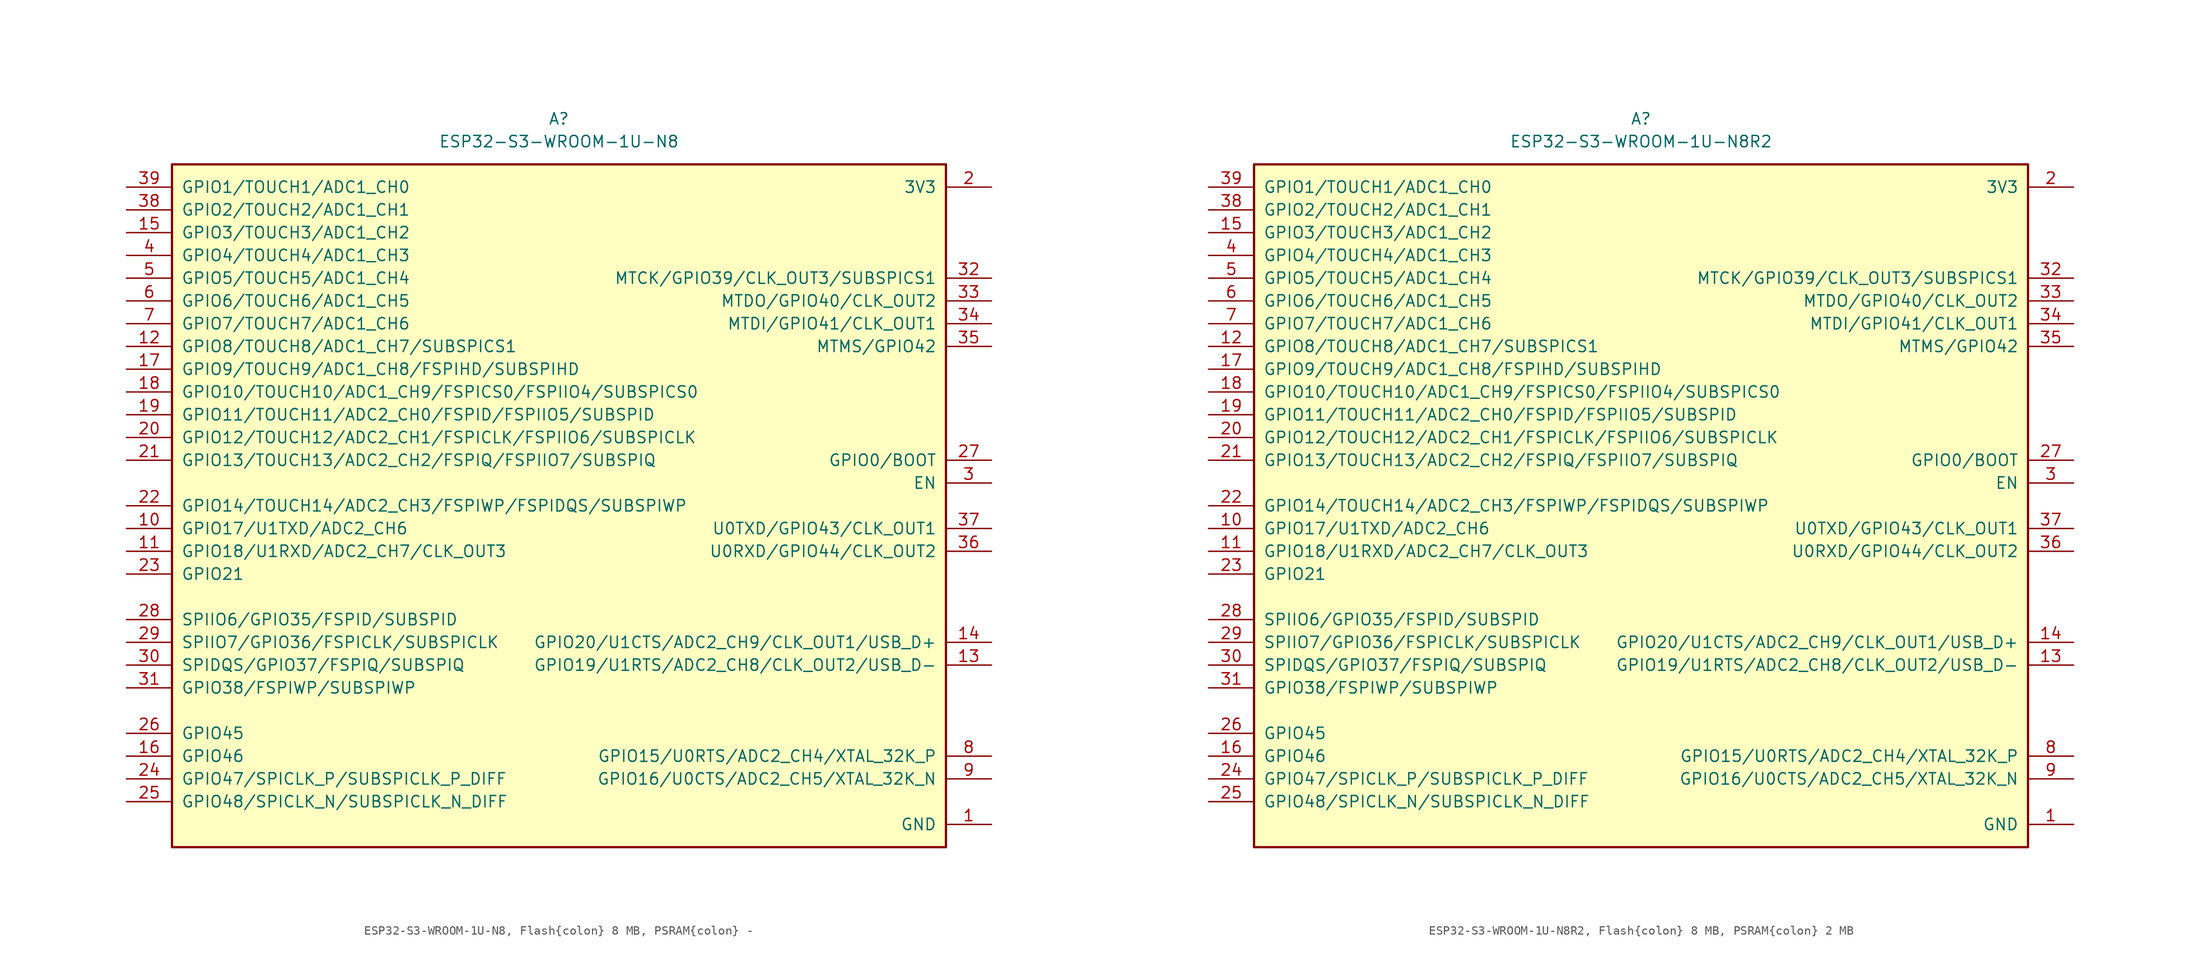
<source format=kicad_sym>
(kicad_symbol_lib
  (version 20241209)
  (generator "kicad_symbol_editor")
  (generator_version "9.0")
  (symbol "ESP32-S3-WROOM-1U-N8, Flash{colon} 8 MB, PSRAM{colon} -"
    (pin_names
      (offset 1.016))
    (property "Reference" "A"
      (at 0 43.18 0)
      (effects (font (size 1.27 1.27))))
    (property "Value" "ESP32-S3-WROOM-1U-N8"
      (at 0 40.64 0)
      (effects (font (size 1.27 1.27))))
    (symbol "ESP32-S3-WROOM-1U-N8, Flash{colon} 8 MB, PSRAM{colon} -_0_0"
      (pin bidirectional line (at -48.26 35.56 0) (length 5.08) (name "GPIO1/TOUCH1/ADC1_CH0" (effects (font (size 1.27 1.27)))) (number "39" (effects (font (size 1.27 1.27)))))
      (pin bidirectional line (at -48.26 33.02 0) (length 5.08) (name "GPIO2/TOUCH2/ADC1_CH1" (effects (font (size 1.27 1.27)))) (number "38" (effects (font (size 1.27 1.27)))))
      (pin bidirectional line (at -48.26 30.48 0) (length 5.08) (name "GPIO3/TOUCH3/ADC1_CH2" (effects (font (size 1.27 1.27)))) (number "15" (effects (font (size 1.27 1.27)))))
      (pin bidirectional line (at -48.26 27.94 0) (length 5.08) (name "GPIO4/TOUCH4/ADC1_CH3" (effects (font (size 1.27 1.27)))) (number "4" (effects (font (size 1.27 1.27)))))
      (pin bidirectional line (at -48.26 25.4 0) (length 5.08) (name "GPIO5/TOUCH5/ADC1_CH4" (effects (font (size 1.27 1.27)))) (number "5" (effects (font (size 1.27 1.27)))))
      (pin bidirectional line (at -48.26 22.86 0) (length 5.08) (name "GPIO6/TOUCH6/ADC1_CH5" (effects (font (size 1.27 1.27)))) (number "6" (effects (font (size 1.27 1.27)))))
      (pin bidirectional line (at -48.26 20.32 0) (length 5.08) (name "GPIO7/TOUCH7/ADC1_CH6" (effects (font (size 1.27 1.27)))) (number "7" (effects (font (size 1.27 1.27)))))
      (pin bidirectional line (at -48.26 17.78 0) (length 5.08) (name "GPIO8/TOUCH8/ADC1_CH7/SUBSPICS1" (effects (font (size 1.27 1.27)))) (number "12" (effects (font (size 1.27 1.27)))))
      (pin bidirectional line (at -48.26 15.24 0) (length 5.08) (name "GPIO9/TOUCH9/ADC1_CH8/FSPIHD/SUBSPIHD" (effects (font (size 1.27 1.27)))) (number "17" (effects (font (size 1.27 1.27)))))
      (pin bidirectional line (at -48.26 12.7 0) (length 5.08) (name "GPIO10/TOUCH10/ADC1_CH9/FSPICS0/FSPIIO4/SUBSPICS0" (effects (font (size 1.27 1.27)))) (number "18" (effects (font (size 1.27 1.27)))))
      (pin bidirectional line (at -48.26 10.16 0) (length 5.08) (name "GPIO11/TOUCH11/ADC2_CH0/FSPID/FSPIIO5/SUBSPID" (effects (font (size 1.27 1.27)))) (number "19" (effects (font (size 1.27 1.27)))))
      (pin bidirectional line (at -48.26 7.62 0) (length 5.08) (name "GPIO12/TOUCH12/ADC2_CH1/FSPICLK/FSPIIO6/SUBSPICLK" (effects (font (size 1.27 1.27)))) (number "20" (effects (font (size 1.27 1.27)))))
      (pin bidirectional line (at -48.26 5.08 0) (length 5.08) (name "GPIO13/TOUCH13/ADC2_CH2/FSPIQ/FSPIIO7/SUBSPIQ" (effects (font (size 1.27 1.27)))) (number "21" (effects (font (size 1.27 1.27)))))
      (pin bidirectional line (at -48.26 0 0) (length 5.08) (name "GPIO14/TOUCH14/ADC2_CH3/FSPIWP/FSPIDQS/SUBSPIWP" (effects (font (size 1.27 1.27)))) (number "22" (effects (font (size 1.27 1.27)))))
      (pin bidirectional line (at -48.26 -2.54 0) (length 5.08) (name "GPIO17/U1TXD/ADC2_CH6" (effects (font (size 1.27 1.27)))) (number "10" (effects (font (size 1.27 1.27)))))
      (pin bidirectional line (at -48.26 -5.08 0) (length 5.08) (name "GPIO18/U1RXD/ADC2_CH7/CLK_OUT3" (effects (font (size 1.27 1.27)))) (number "11" (effects (font (size 1.27 1.27)))))
      (pin bidirectional line (at -48.26 -7.62 0) (length 5.08) (name "GPIO21" (effects (font (size 1.27 1.27)))) (number "23" (effects (font (size 1.27 1.27)))))
      (pin bidirectional line (at -48.26 -12.7 0) (length 5.08) (name "SPIIO6/GPIO35/FSPID/SUBSPID" (effects (font (size 1.27 1.27)))) (number "28" (effects (font (size 1.27 1.27)))))
      (pin bidirectional line (at -48.26 -15.24 0) (length 5.08) (name "SPIIO7/GPIO36/FSPICLK/SUBSPICLK" (effects (font (size 1.27 1.27)))) (number "29" (effects (font (size 1.27 1.27)))))
      (pin bidirectional line (at -48.26 -17.78 0) (length 5.08) (name "SPIDQS/GPIO37/FSPIQ/SUBSPIQ" (effects (font (size 1.27 1.27)))) (number "30" (effects (font (size 1.27 1.27)))))
      (pin bidirectional line (at -48.26 -20.32 0) (length 5.08) (name "GPIO38/FSPIWP/SUBSPIWP" (effects (font (size 1.27 1.27)))) (number "31" (effects (font (size 1.27 1.27)))))
      (pin bidirectional line (at -48.26 -25.4 0) (length 5.08) (name "GPIO45" (effects (font (size 1.27 1.27)))) (number "26" (effects (font (size 1.27 1.27)))))
      (pin bidirectional line (at -48.26 -27.94 0) (length 5.08) (name "GPIO46" (effects (font (size 1.27 1.27)))) (number "16" (effects (font (size 1.27 1.27)))))
      (pin bidirectional line (at -48.26 -30.48 0) (length 5.08) (name "GPIO47/SPICLK_P/SUBSPICLK_P_DIFF" (effects (font (size 1.27 1.27)))) (number "24" (effects (font (size 1.27 1.27)))))
      (pin bidirectional line (at -48.26 -33.02 0) (length 5.08) (name "GPIO48/SPICLK_N/SUBSPICLK_N_DIFF" (effects (font (size 1.27 1.27)))) (number "25" (effects (font (size 1.27 1.27)))))
      (pin power_in line (at 48.26 35.56 180) (length 5.08) (name "3V3" (effects (font (size 1.27 1.27)))) (number "2" (effects (font (size 1.27 1.27)))))
      (pin bidirectional line (at 48.26 25.4 180) (length 5.08) (name "MTCK/GPIO39/CLK_OUT3/SUBSPICS1" (effects (font (size 1.27 1.27)))) (number "32" (effects (font (size 1.27 1.27)))))
      (pin bidirectional line (at 48.26 22.86 180) (length 5.08) (name "MTDO/GPIO40/CLK_OUT2" (effects (font (size 1.27 1.27)))) (number "33" (effects (font (size 1.27 1.27)))))
      (pin bidirectional line (at 48.26 20.32 180) (length 5.08) (name "MTDI/GPIO41/CLK_OUT1" (effects (font (size 1.27 1.27)))) (number "34" (effects (font (size 1.27 1.27)))))
      (pin bidirectional line (at 48.26 17.78 180) (length 5.08) (name "MTMS/GPIO42" (effects (font (size 1.27 1.27)))) (number "35" (effects (font (size 1.27 1.27)))))
      (pin bidirectional line (at 48.26 5.08 180) (length 5.08) (name "GPIO0/BOOT" (effects (font (size 1.27 1.27)))) (number "27" (effects (font (size 1.27 1.27)))))
      (pin input line (at 48.26 2.54 180) (length 5.08) (name "EN" (effects (font (size 1.27 1.27)))) (number "3" (effects (font (size 1.27 1.27)))))
      (pin bidirectional line (at 48.26 -2.54 180) (length 5.08) (name "U0TXD/GPIO43/CLK_OUT1" (effects (font (size 1.27 1.27)))) (number "37" (effects (font (size 1.27 1.27)))))
      (pin bidirectional line (at 48.26 -5.08 180) (length 5.08) (name "U0RXD/GPIO44/CLK_OUT2" (effects (font (size 1.27 1.27)))) (number "36" (effects (font (size 1.27 1.27)))))
      (pin bidirectional line (at 48.26 -15.24 180) (length 5.08) (name "GPIO20/U1CTS/ADC2_CH9/CLK_OUT1/USB_D+" (effects (font (size 1.27 1.27)))) (number "14" (effects (font (size 1.27 1.27)))))
      (pin bidirectional line (at 48.26 -17.78 180) (length 5.08) (name "GPIO19/U1RTS/ADC2_CH8/CLK_OUT2/USB_D-" (effects (font (size 1.27 1.27)))) (number "13" (effects (font (size 1.27 1.27)))))
      (pin bidirectional line (at 48.26 -27.94 180) (length 5.08) (name "GPIO15/U0RTS/ADC2_CH4/XTAL_32K_P" (effects (font (size 1.27 1.27)))) (number "8" (effects (font (size 1.27 1.27)))))
      (pin bidirectional line (at 48.26 -30.48 180) (length 5.08) (name "GPIO16/U0CTS/ADC2_CH5/XTAL_32K_N" (effects (font (size 1.27 1.27)))) (number "9" (effects (font (size 1.27 1.27)))))
      (pin passive line (at 48.26 -35.56 180) (length 5.08) (name "GND" (effects (font (size 1.27 1.27)))) (number "1" (effects (font (size 1.27 1.27)))))
      (pin passive line (at 48.26 -35.56 180) (length 5.08) (hide yes) (name "GND" (effects (font (size 1.27 1.27)))) (number "40" (effects (font (size 1.27 1.27)))))
      (pin passive line (at 48.26 -35.56 180) (length 5.08) (hide yes) (name "GND" (effects (font (size 1.27 1.27)))) (number "41" (effects (font (size 1.27 1.27))))))
    (symbol "ESP32-S3-WROOM-1U-N8, Flash{colon} 8 MB, PSRAM{colon} -_0_1"
      (rectangle (start -43.18 38.1) (end 43.18 -38.1) (stroke (width 0.254) (type default)) (fill (type background)))))
  (symbol "ESP32-S3-WROOM-1U-N8R2, Flash{colon} 8 MB, PSRAM{colon} 2 MB"
    (pin_names
      (offset 1.016))
    (property "Reference" "A"
      (at 0 43.18 0)
      (effects (font (size 1.27 1.27))))
    (property "Value" "ESP32-S3-WROOM-1U-N8R2"
      (at 0 40.64 0)
      (effects (font (size 1.27 1.27))))
    (symbol "ESP32-S3-WROOM-1U-N8R2, Flash{colon} 8 MB, PSRAM{colon} 2 MB_0_0"
      (pin bidirectional line (at -48.26 35.56 0) (length 5.08) (name "GPIO1/TOUCH1/ADC1_CH0" (effects (font (size 1.27 1.27)))) (number "39" (effects (font (size 1.27 1.27)))))
      (pin bidirectional line (at -48.26 33.02 0) (length 5.08) (name "GPIO2/TOUCH2/ADC1_CH1" (effects (font (size 1.27 1.27)))) (number "38" (effects (font (size 1.27 1.27)))))
      (pin bidirectional line (at -48.26 30.48 0) (length 5.08) (name "GPIO3/TOUCH3/ADC1_CH2" (effects (font (size 1.27 1.27)))) (number "15" (effects (font (size 1.27 1.27)))))
      (pin bidirectional line (at -48.26 27.94 0) (length 5.08) (name "GPIO4/TOUCH4/ADC1_CH3" (effects (font (size 1.27 1.27)))) (number "4" (effects (font (size 1.27 1.27)))))
      (pin bidirectional line (at -48.26 25.4 0) (length 5.08) (name "GPIO5/TOUCH5/ADC1_CH4" (effects (font (size 1.27 1.27)))) (number "5" (effects (font (size 1.27 1.27)))))
      (pin bidirectional line (at -48.26 22.86 0) (length 5.08) (name "GPIO6/TOUCH6/ADC1_CH5" (effects (font (size 1.27 1.27)))) (number "6" (effects (font (size 1.27 1.27)))))
      (pin bidirectional line (at -48.26 20.32 0) (length 5.08) (name "GPIO7/TOUCH7/ADC1_CH6" (effects (font (size 1.27 1.27)))) (number "7" (effects (font (size 1.27 1.27)))))
      (pin bidirectional line (at -48.26 17.78 0) (length 5.08) (name "GPIO8/TOUCH8/ADC1_CH7/SUBSPICS1" (effects (font (size 1.27 1.27)))) (number "12" (effects (font (size 1.27 1.27)))))
      (pin bidirectional line (at -48.26 15.24 0) (length 5.08) (name "GPIO9/TOUCH9/ADC1_CH8/FSPIHD/SUBSPIHD" (effects (font (size 1.27 1.27)))) (number "17" (effects (font (size 1.27 1.27)))))
      (pin bidirectional line (at -48.26 12.7 0) (length 5.08) (name "GPIO10/TOUCH10/ADC1_CH9/FSPICS0/FSPIIO4/SUBSPICS0" (effects (font (size 1.27 1.27)))) (number "18" (effects (font (size 1.27 1.27)))))
      (pin bidirectional line (at -48.26 10.16 0) (length 5.08) (name "GPIO11/TOUCH11/ADC2_CH0/FSPID/FSPIIO5/SUBSPID" (effects (font (size 1.27 1.27)))) (number "19" (effects (font (size 1.27 1.27)))))
      (pin bidirectional line (at -48.26 7.62 0) (length 5.08) (name "GPIO12/TOUCH12/ADC2_CH1/FSPICLK/FSPIIO6/SUBSPICLK" (effects (font (size 1.27 1.27)))) (number "20" (effects (font (size 1.27 1.27)))))
      (pin bidirectional line (at -48.26 5.08 0) (length 5.08) (name "GPIO13/TOUCH13/ADC2_CH2/FSPIQ/FSPIIO7/SUBSPIQ" (effects (font (size 1.27 1.27)))) (number "21" (effects (font (size 1.27 1.27)))))
      (pin bidirectional line (at -48.26 0 0) (length 5.08) (name "GPIO14/TOUCH14/ADC2_CH3/FSPIWP/FSPIDQS/SUBSPIWP" (effects (font (size 1.27 1.27)))) (number "22" (effects (font (size 1.27 1.27)))))
      (pin bidirectional line (at -48.26 -2.54 0) (length 5.08) (name "GPIO17/U1TXD/ADC2_CH6" (effects (font (size 1.27 1.27)))) (number "10" (effects (font (size 1.27 1.27)))))
      (pin bidirectional line (at -48.26 -5.08 0) (length 5.08) (name "GPIO18/U1RXD/ADC2_CH7/CLK_OUT3" (effects (font (size 1.27 1.27)))) (number "11" (effects (font (size 1.27 1.27)))))
      (pin bidirectional line (at -48.26 -7.62 0) (length 5.08) (name "GPIO21" (effects (font (size 1.27 1.27)))) (number "23" (effects (font (size 1.27 1.27)))))
      (pin bidirectional line (at -48.26 -12.7 0) (length 5.08) (name "SPIIO6/GPIO35/FSPID/SUBSPID" (effects (font (size 1.27 1.27)))) (number "28" (effects (font (size 1.27 1.27)))))
      (pin bidirectional line (at -48.26 -15.24 0) (length 5.08) (name "SPIIO7/GPIO36/FSPICLK/SUBSPICLK" (effects (font (size 1.27 1.27)))) (number "29" (effects (font (size 1.27 1.27)))))
      (pin bidirectional line (at -48.26 -17.78 0) (length 5.08) (name "SPIDQS/GPIO37/FSPIQ/SUBSPIQ" (effects (font (size 1.27 1.27)))) (number "30" (effects (font (size 1.27 1.27)))))
      (pin bidirectional line (at -48.26 -20.32 0) (length 5.08) (name "GPIO38/FSPIWP/SUBSPIWP" (effects (font (size 1.27 1.27)))) (number "31" (effects (font (size 1.27 1.27)))))
      (pin bidirectional line (at -48.26 -25.4 0) (length 5.08) (name "GPIO45" (effects (font (size 1.27 1.27)))) (number "26" (effects (font (size 1.27 1.27)))))
      (pin bidirectional line (at -48.26 -27.94 0) (length 5.08) (name "GPIO46" (effects (font (size 1.27 1.27)))) (number "16" (effects (font (size 1.27 1.27)))))
      (pin bidirectional line (at -48.26 -30.48 0) (length 5.08) (name "GPIO47/SPICLK_P/SUBSPICLK_P_DIFF" (effects (font (size 1.27 1.27)))) (number "24" (effects (font (size 1.27 1.27)))))
      (pin bidirectional line (at -48.26 -33.02 0) (length 5.08) (name "GPIO48/SPICLK_N/SUBSPICLK_N_DIFF" (effects (font (size 1.27 1.27)))) (number "25" (effects (font (size 1.27 1.27)))))
      (pin power_in line (at 48.26 35.56 180) (length 5.08) (name "3V3" (effects (font (size 1.27 1.27)))) (number "2" (effects (font (size 1.27 1.27)))))
      (pin bidirectional line (at 48.26 25.4 180) (length 5.08) (name "MTCK/GPIO39/CLK_OUT3/SUBSPICS1" (effects (font (size 1.27 1.27)))) (number "32" (effects (font (size 1.27 1.27)))))
      (pin bidirectional line (at 48.26 22.86 180) (length 5.08) (name "MTDO/GPIO40/CLK_OUT2" (effects (font (size 1.27 1.27)))) (number "33" (effects (font (size 1.27 1.27)))))
      (pin bidirectional line (at 48.26 20.32 180) (length 5.08) (name "MTDI/GPIO41/CLK_OUT1" (effects (font (size 1.27 1.27)))) (number "34" (effects (font (size 1.27 1.27)))))
      (pin bidirectional line (at 48.26 17.78 180) (length 5.08) (name "MTMS/GPIO42" (effects (font (size 1.27 1.27)))) (number "35" (effects (font (size 1.27 1.27)))))
      (pin bidirectional line (at 48.26 5.08 180) (length 5.08) (name "GPIO0/BOOT" (effects (font (size 1.27 1.27)))) (number "27" (effects (font (size 1.27 1.27)))))
      (pin input line (at 48.26 2.54 180) (length 5.08) (name "EN" (effects (font (size 1.27 1.27)))) (number "3" (effects (font (size 1.27 1.27)))))
      (pin bidirectional line (at 48.26 -2.54 180) (length 5.08) (name "U0TXD/GPIO43/CLK_OUT1" (effects (font (size 1.27 1.27)))) (number "37" (effects (font (size 1.27 1.27)))))
      (pin bidirectional line (at 48.26 -5.08 180) (length 5.08) (name "U0RXD/GPIO44/CLK_OUT2" (effects (font (size 1.27 1.27)))) (number "36" (effects (font (size 1.27 1.27)))))
      (pin bidirectional line (at 48.26 -15.24 180) (length 5.08) (name "GPIO20/U1CTS/ADC2_CH9/CLK_OUT1/USB_D+" (effects (font (size 1.27 1.27)))) (number "14" (effects (font (size 1.27 1.27)))))
      (pin bidirectional line (at 48.26 -17.78 180) (length 5.08) (name "GPIO19/U1RTS/ADC2_CH8/CLK_OUT2/USB_D-" (effects (font (size 1.27 1.27)))) (number "13" (effects (font (size 1.27 1.27)))))
      (pin bidirectional line (at 48.26 -27.94 180) (length 5.08) (name "GPIO15/U0RTS/ADC2_CH4/XTAL_32K_P" (effects (font (size 1.27 1.27)))) (number "8" (effects (font (size 1.27 1.27)))))
      (pin bidirectional line (at 48.26 -30.48 180) (length 5.08) (name "GPIO16/U0CTS/ADC2_CH5/XTAL_32K_N" (effects (font (size 1.27 1.27)))) (number "9" (effects (font (size 1.27 1.27)))))
      (pin passive line (at 48.26 -35.56 180) (length 5.08) (name "GND" (effects (font (size 1.27 1.27)))) (number "1" (effects (font (size 1.27 1.27)))))
      (pin passive line (at 48.26 -35.56 180) (length 5.08) (hide yes) (name "GND" (effects (font (size 1.27 1.27)))) (number "40" (effects (font (size 1.27 1.27)))))
      (pin passive line (at 48.26 -35.56 180) (length 5.08) (hide yes) (name "GND" (effects (font (size 1.27 1.27)))) (number "41" (effects (font (size 1.27 1.27))))))
    (symbol "ESP32-S3-WROOM-1U-N8R2, Flash{colon} 8 MB, PSRAM{colon} 2 MB_0_1"
      (rectangle (start -43.18 38.1) (end 43.18 -38.1) (stroke (width 0.254) (type default)) (fill (type background))))))
</source>
